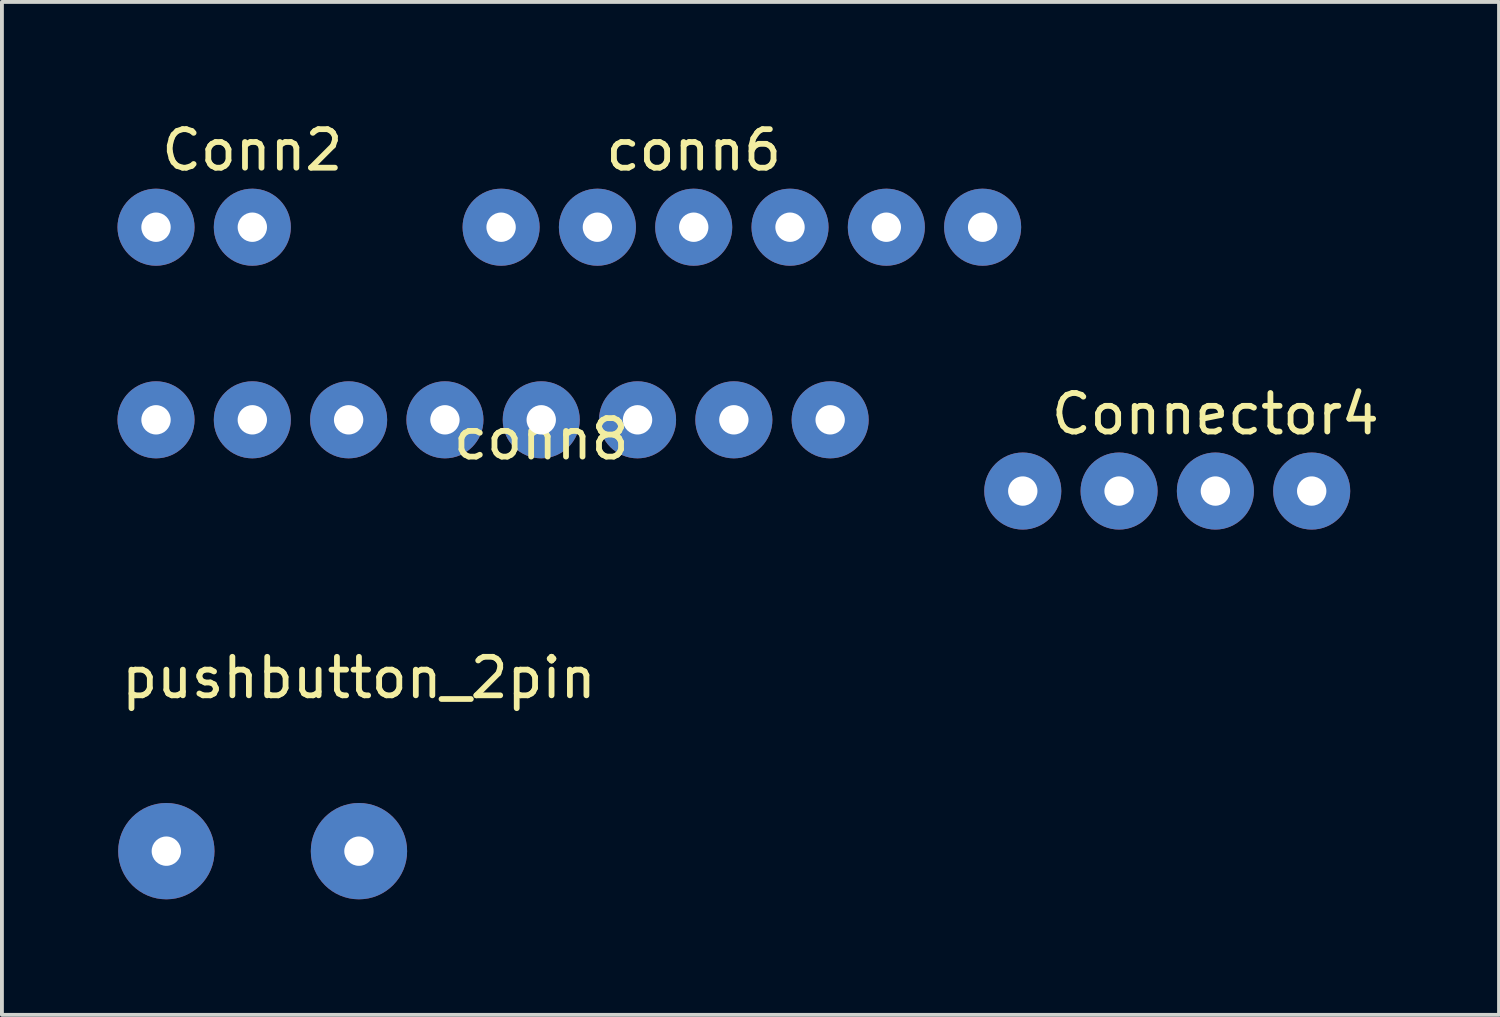
<source format=kicad_pcb>
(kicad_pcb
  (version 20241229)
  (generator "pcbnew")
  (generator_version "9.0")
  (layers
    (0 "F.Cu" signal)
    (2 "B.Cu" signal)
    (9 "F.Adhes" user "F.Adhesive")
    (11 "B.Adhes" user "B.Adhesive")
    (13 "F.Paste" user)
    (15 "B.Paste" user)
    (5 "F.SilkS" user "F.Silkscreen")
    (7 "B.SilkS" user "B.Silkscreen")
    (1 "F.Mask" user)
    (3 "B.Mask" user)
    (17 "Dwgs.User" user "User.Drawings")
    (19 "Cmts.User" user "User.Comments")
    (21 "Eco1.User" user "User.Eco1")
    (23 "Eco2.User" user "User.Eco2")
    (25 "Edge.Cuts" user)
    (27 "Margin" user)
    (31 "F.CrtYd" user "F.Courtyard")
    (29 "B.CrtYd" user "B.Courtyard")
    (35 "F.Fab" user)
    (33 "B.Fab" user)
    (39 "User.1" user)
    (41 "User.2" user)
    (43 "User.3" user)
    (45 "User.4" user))
  (footprint "Conn2"
    (layer "F.Cu")
    (at 3.5 0.348)
    (property "Reference" "Conn2" (at 0 0.5 0) (layer "F.SilkS") (effects (font (size 1 1) (thickness 0.15))))
    (attr through_hole)
    (pad "1" thru_hole circle (at -2.5 2.5) (size 2 2) (drill 0.762) (layers "*.Cu" "*.Mask"))
    (pad "2" thru_hole circle (at 0 2.5) (size 2 2) (drill 0.762) (layers "*.Cu" "*.Mask")))
  (footprint "conn6"
    (layer "F.Cu")
    (at 14.958 0.348)
    (property "Reference" "conn6" (at 0 0.5 0) (layer "F.SilkS") (effects (font (size 1 1) (thickness 0.15))))
    (attr through_hole)
    (pad "1" thru_hole circle (at -5 2.5) (size 2 2) (drill 0.762) (layers "*.Cu" "*.Mask"))
    (pad "2" thru_hole circle (at -2.5 2.5) (size 2 2) (drill 0.762) (layers "*.Cu" "*.Mask"))
    (pad "3" thru_hole circle (at 0 2.5) (size 2 2) (drill 0.762) (layers "*.Cu" "*.Mask"))
    (pad "4" thru_hole circle (at 2.5 2.5) (size 2 2) (drill 0.762) (layers "*.Cu" "*.Mask"))
    (pad "5" thru_hole circle (at 5 2.5) (size 2 2) (drill 0.762) (layers "*.Cu" "*.Mask"))
    (pad "6" thru_hole circle (at 7.5 2.5) (size 2 2) (drill 0.762) (layers "*.Cu" "*.Mask")))
  (footprint "Connector4"
    (layer "F.Cu")
    (at 28.5 7.197)
    (property "Reference" "Connector4" (at 0 0.5 0) (layer "F.SilkS") (effects (font (size 1 1) (thickness 0.15))))
    (attr through_hole)
    (pad "1" thru_hole circle (at -5 2.5) (size 2 2) (drill 0.762) (layers "*.Cu" "*.Mask"))
    (pad "2" thru_hole circle (at -2.5 2.5) (size 2 2) (drill 0.762) (layers "*.Cu" "*.Mask"))
    (pad "3" thru_hole circle (at 0 2.5) (size 2 2) (drill 0.762) (layers "*.Cu" "*.Mask"))
    (pad "4" thru_hole circle (at 2.5 2.5) (size 2 2) (drill 0.762) (layers "*.Cu" "*.Mask")))
  (footprint "pushbutton_2pin"
    (layer "F.Cu")
    (at 6.268 14.045)
    (property "Reference" "pushbutton_2pin" (at 0 0.5 0) (layer "F.SilkS") (effects (font (size 1 1) (thickness 0.15))))
    (attr through_hole)
    (pad "1" thru_hole circle (at -5 5) (size 2.5 2.5) (drill 0.762) (layers "*.Cu" "*.Mask"))
    (pad "2" thru_hole circle (at 0 5) (size 2.5 2.5) (drill 0.762) (layers "*.Cu" "*.Mask")))
  (footprint "conn8"
    (layer "F.Cu")
    (at 11 7.848)
    (property "Reference" "conn8" (at 0 0.5 0) (layer "F.SilkS") (effects (font (size 1 1) (thickness 0.15))))
    (attr through_hole)
    (pad "1" thru_hole circle (at -10 0) (size 2 2) (drill 0.762) (layers "*.Cu" "*.Mask"))
    (pad "2" thru_hole circle (at -7.5 0) (size 2 2) (drill 0.762) (layers "*.Cu" "*.Mask"))
    (pad "3" thru_hole circle (at -5 0) (size 2 2) (drill 0.762) (layers "*.Cu" "*.Mask"))
    (pad "4" thru_hole circle (at -2.5 0) (size 2 2) (drill 0.762) (layers "*.Cu" "*.Mask"))
    (pad "5" thru_hole circle (at 0 0) (size 2 2) (drill 0.762) (layers "*.Cu" "*.Mask"))
    (pad "6" thru_hole circle (at 2.5 0) (size 2 2) (drill 0.762) (layers "*.Cu" "*.Mask"))
    (pad "7" thru_hole circle (at 5 0) (size 2 2) (drill 0.762) (layers "*.Cu" "*.Mask"))
    (pad "8" thru_hole circle (at 7.5 0) (size 2 2) (drill 0.762) (layers "*.Cu" "*.Mask")))
  (gr_rect
    (start -3 -3)
    (end 35.863 23.295)
    (stroke (width 0.1) (type default))
    (fill no)
    (layer "Edge.Cuts")))
</source>
